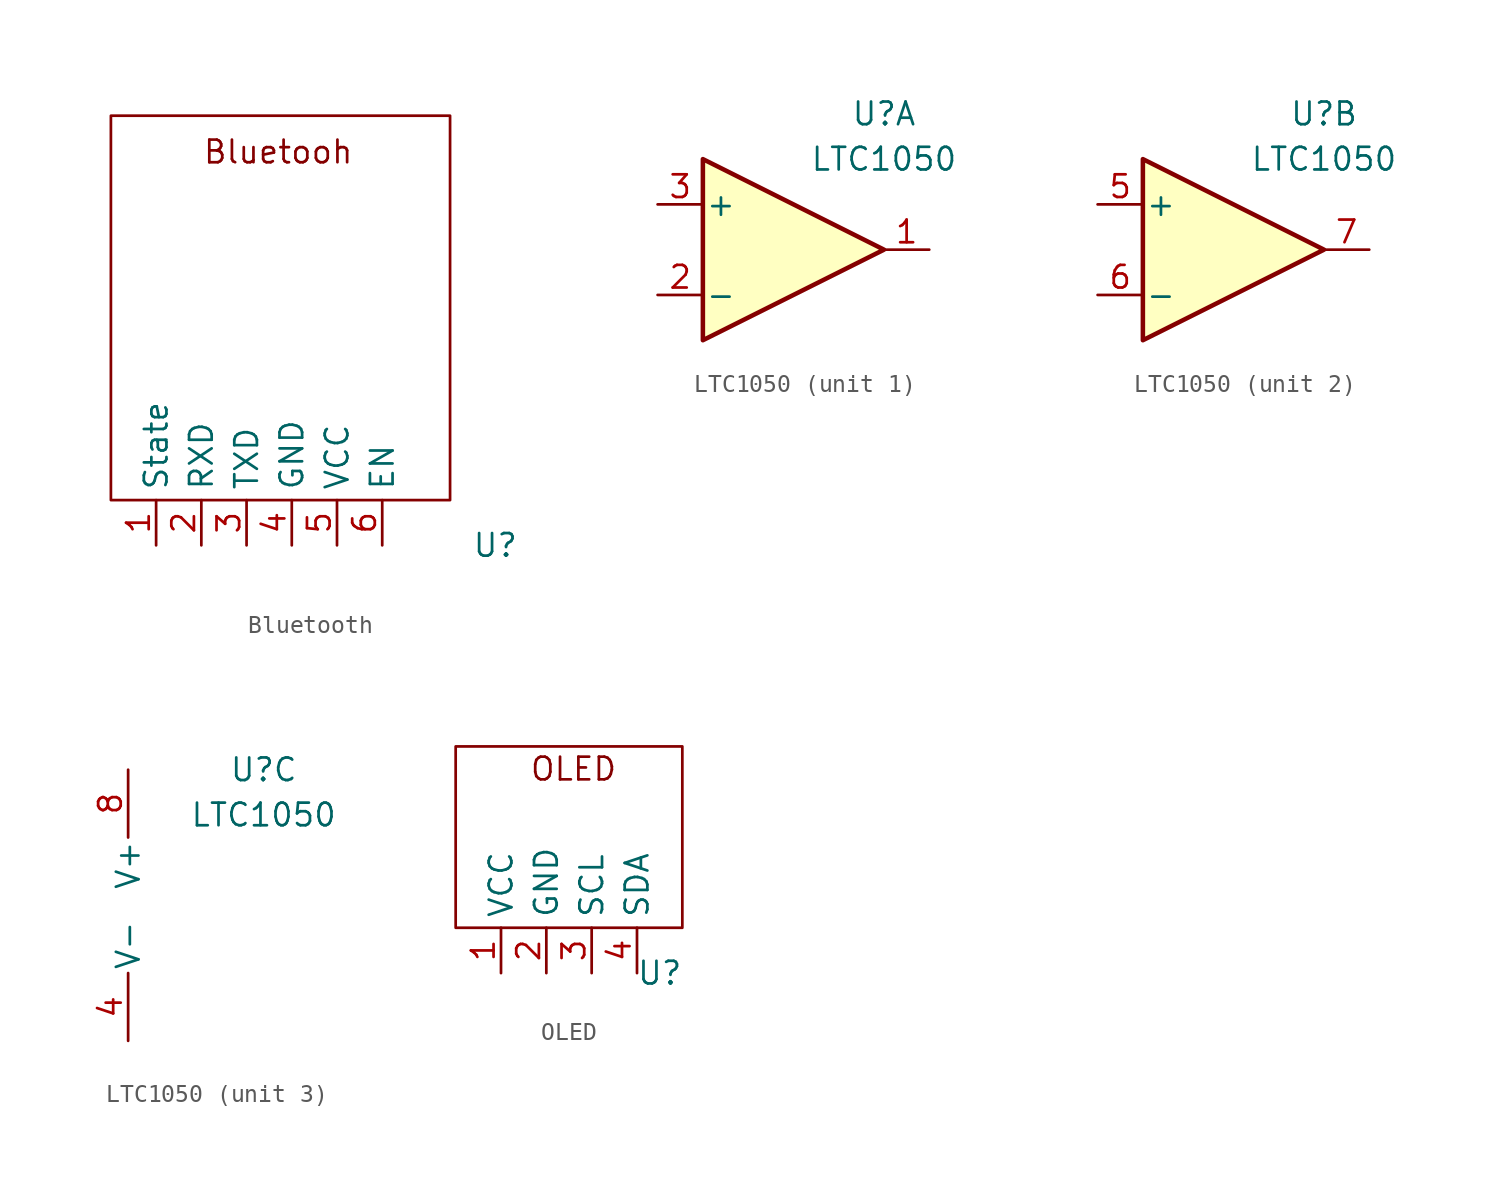
<source format=kicad_sym>
(kicad_symbol_lib
  (version 20231120)
  (generator "kicad_symbol_editor")
  (generator_version "8.0")
  (symbol "Bluetooth"
    (property "Reference" "U"
      (at 0 0 0)
      (effects (font (size 1.27 1.27))))
    (property "Value" ""
      (at 0 0 0)
      (effects (font (size 1.27 1.27))))
    (symbol "Bluetooth_0_1"
      (rectangle (start -2.54 2.54) (end -21.59 24.13) (stroke (width 0) (type default)) (fill (type none))))
    (symbol "Bluetooth_1_1"
      (text "Bluetooh\n" (at -12.192 22.098 0) (effects (font (size 1.27 1.27))))
      (pin output line (at -19.05 0 90) (length 2.54) (name "State" (effects (font (size 1.27 1.27)))) (number "1" (effects (font (size 1.27 1.27)))))
      (pin input line (at -16.51 0 90) (length 2.54) (name "RXD" (effects (font (size 1.27 1.27)))) (number "2" (effects (font (size 1.27 1.27)))))
      (pin output line (at -13.97 0 90) (length 2.54) (name "TXD" (effects (font (size 1.27 1.27)))) (number "3" (effects (font (size 1.27 1.27)))))
      (pin input line (at -11.43 0 90) (length 2.54) (name "GND" (effects (font (size 1.27 1.27)))) (number "4" (effects (font (size 1.27 1.27)))))
      (pin input line (at -8.89 0 90) (length 2.54) (name "VCC" (effects (font (size 1.27 1.27)))) (number "5" (effects (font (size 1.27 1.27)))))
      (pin input line (at -6.35 0 90) (length 2.54) (name "EN" (effects (font (size 1.27 1.27)))) (number "6" (effects (font (size 1.27 1.27)))))))
  (symbol "LTC1050"
    (pin_names
      (offset 0.127))
    (property "Reference" "U"
      (at 5.08 7.62 0)
      (effects (font (size 1.27 1.27))))
    (property "Value" "LTC1050"
      (at 5.08 5.08 0)
      (effects (font (size 1.27 1.27))))
    (property "ki_locked" ""
      (at 0 0 0)
      (effects (font (size 1.27 1.27))))
    (symbol "LTC1050_1_1"
      (polyline (pts (xy -5.08 5.08) (xy -5.08 -5.08) (xy 5.08 0) (xy -5.08 5.08)) (stroke (width 0.254) (type default)) (fill (type background)))
      (pin output line (at 7.62 0 180) (length 2.54) (name "~" (effects (font (size 1.27 1.27)))) (number "1" (effects (font (size 1.27 1.27)))))
      (pin input line (at -7.62 -2.54 0) (length 2.54) (name "-" (effects (font (size 1.27 1.27)))) (number "2" (effects (font (size 1.27 1.27)))))
      (pin input line (at -7.62 2.54 0) (length 2.54) (name "+" (effects (font (size 1.27 1.27)))) (number "3" (effects (font (size 1.27 1.27))))))
    (symbol "LTC1050_2_1"
      (polyline (pts (xy -5.08 5.08) (xy -5.08 -5.08) (xy 5.08 0) (xy -5.08 5.08)) (stroke (width 0.254) (type default)) (fill (type background)))
      (pin input line (at -7.62 2.54 0) (length 2.54) (name "+" (effects (font (size 1.27 1.27)))) (number "5" (effects (font (size 1.27 1.27)))))
      (pin input line (at -7.62 -2.54 0) (length 2.54) (name "-" (effects (font (size 1.27 1.27)))) (number "6" (effects (font (size 1.27 1.27)))))
      (pin output line (at 7.62 0 180) (length 2.54) (name "~" (effects (font (size 1.27 1.27)))) (number "7" (effects (font (size 1.27 1.27))))))
    (symbol "LTC1050_3_1"
      (pin power_in line (at -2.54 -7.62 90) (length 3.81) (name "V-" (effects (font (size 1.27 1.27)))) (number "4" (effects (font (size 1.27 1.27)))))
      (pin power_in line (at -2.54 7.62 270) (length 3.81) (name "V+" (effects (font (size 1.27 1.27)))) (number "8" (effects (font (size 1.27 1.27)))))))
  (symbol "OLED"
    (property "Reference" "U"
      (at 0 0 0)
      (effects (font (size 1.27 1.27))))
    (property "Value" ""
      (at 0 0 0)
      (effects (font (size 1.27 1.27))))
    (symbol "OLED_0_1"
      (rectangle (start 1.27 2.54) (end -11.43 12.7) (stroke (width 0) (type default)) (fill (type none))))
    (symbol "OLED_1_1"
      (text "OLED\n\n" (at -4.826 10.414 0) (effects (font (size 1.27 1.27))))
      (pin input line (at -8.89 0 90) (length 2.54) (name "VCC" (effects (font (size 1.27 1.27)))) (number "1" (effects (font (size 1.27 1.27)))))
      (pin input line (at -6.35 0 90) (length 2.54) (name "GND" (effects (font (size 1.27 1.27)))) (number "2" (effects (font (size 1.27 1.27)))))
      (pin input line (at -3.81 0 90) (length 2.54) (name "SCL" (effects (font (size 1.27 1.27)))) (number "3" (effects (font (size 1.27 1.27)))))
      (pin input line (at -1.27 0 90) (length 2.54) (name "SDA" (effects (font (size 1.27 1.27)))) (number "4" (effects (font (size 1.27 1.27))))))))
</source>
